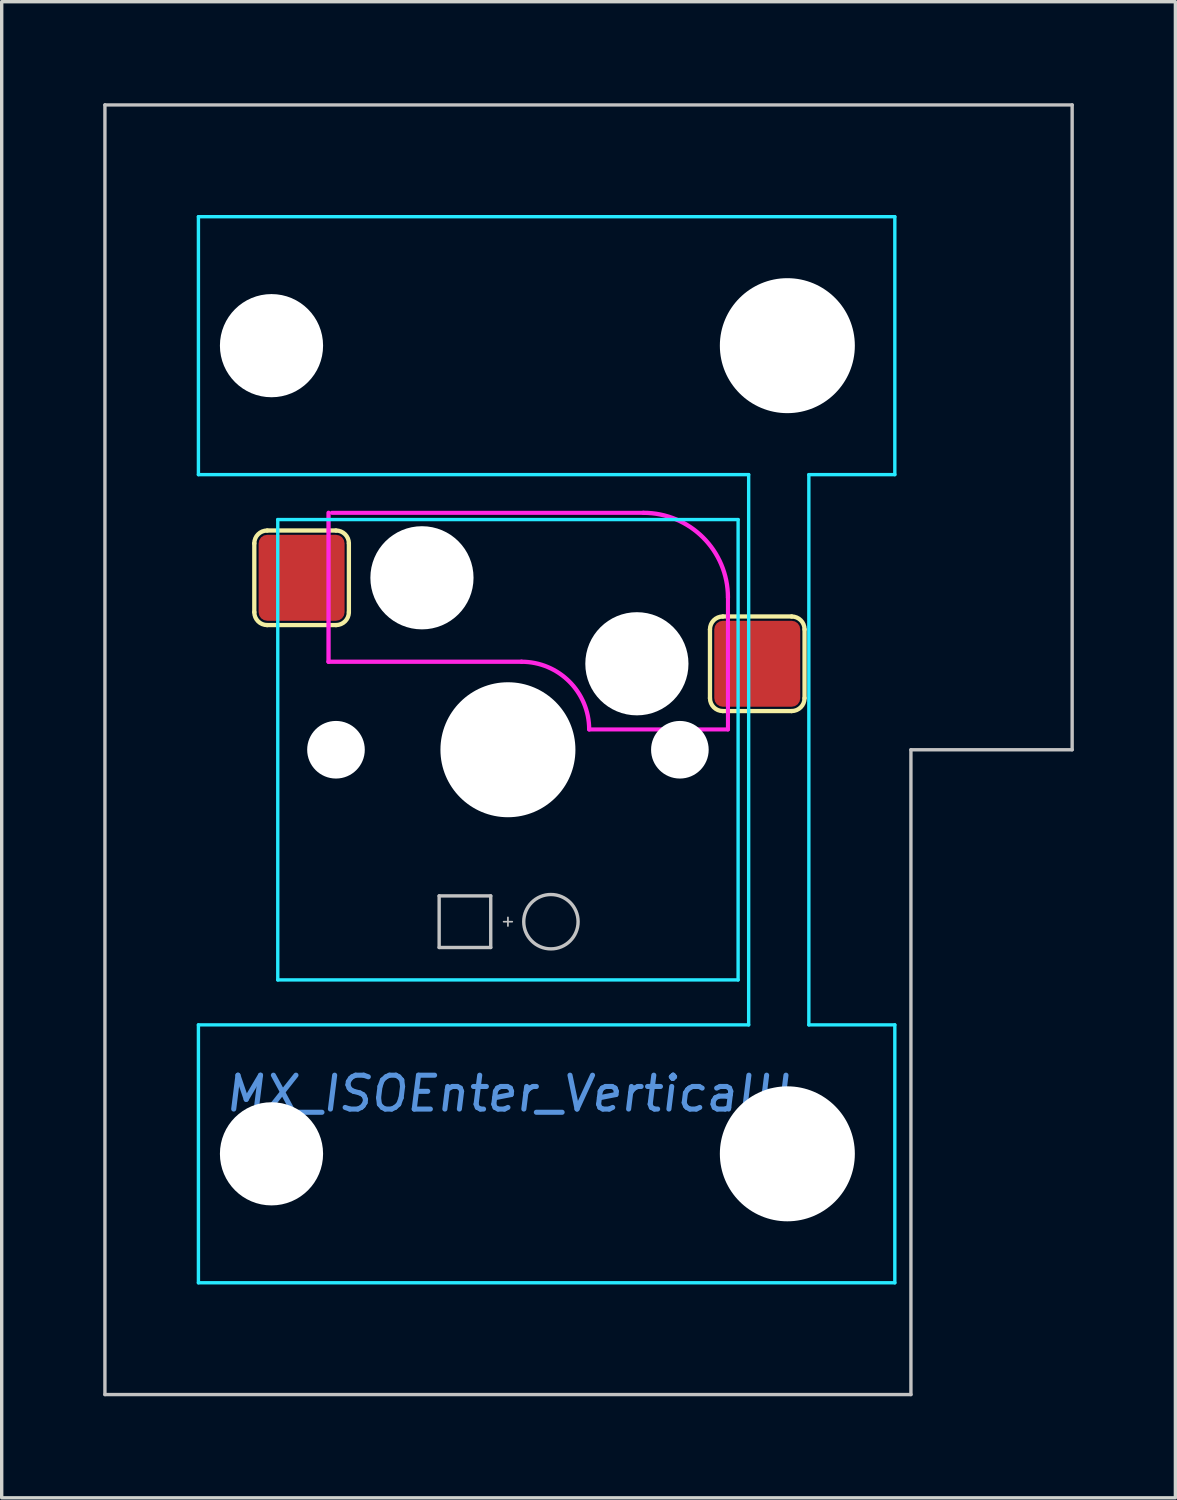
<source format=kicad_pcb>
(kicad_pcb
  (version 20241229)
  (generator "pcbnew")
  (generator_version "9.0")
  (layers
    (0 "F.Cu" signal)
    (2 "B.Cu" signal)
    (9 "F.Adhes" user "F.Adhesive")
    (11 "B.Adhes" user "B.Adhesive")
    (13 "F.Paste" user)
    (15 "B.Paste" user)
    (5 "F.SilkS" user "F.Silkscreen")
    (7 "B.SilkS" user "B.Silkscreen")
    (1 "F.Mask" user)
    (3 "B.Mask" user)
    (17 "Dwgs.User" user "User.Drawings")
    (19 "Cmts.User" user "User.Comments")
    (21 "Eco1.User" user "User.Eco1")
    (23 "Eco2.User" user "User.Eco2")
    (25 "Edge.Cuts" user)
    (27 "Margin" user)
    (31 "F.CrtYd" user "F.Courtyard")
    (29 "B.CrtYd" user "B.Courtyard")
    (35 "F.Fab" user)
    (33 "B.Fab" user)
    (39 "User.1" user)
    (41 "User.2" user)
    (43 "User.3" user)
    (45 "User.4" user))
  (footprint "MX_ISOEnter_VerticalH"
    (layer "F.Cu")
    (at 11.956 19.1)
    (property "Reference" "MX_ISOEnter_VerticalH" (at 0 10.16 0) (layer "Cmts.User") (effects (font (size 1 1) (thickness 0.15) (italic yes))))
    (attr smd)
    (fp_line (start -7.493 -6.096) (end -7.493 -4.064) (stroke (width 0.127) (type solid)) (layer "F.SilkS"))
    (fp_line (start -7.112 -3.683) (end -5.08 -3.683) (stroke (width 0.127) (type solid)) (layer "F.SilkS"))
    (fp_line (start -5.08 -6.477) (end -7.112 -6.477) (stroke (width 0.127) (type solid)) (layer "F.SilkS"))
    (fp_line (start -4.699 -4.064) (end -4.699 -6.096) (stroke (width 0.127) (type solid)) (layer "F.SilkS"))
    (fp_line (start 5.969 -3.556) (end 5.969 -1.524) (stroke (width 0.127) (type solid)) (layer "F.SilkS"))
    (fp_line (start 6.35 -1.143) (end 8.382 -1.143) (stroke (width 0.127) (type solid)) (layer "F.SilkS"))
    (fp_line (start 8.382 -3.937) (end 6.35 -3.937) (stroke (width 0.127) (type solid)) (layer "F.SilkS"))
    (fp_line (start 8.763 -1.524) (end 8.763 -3.556) (stroke (width 0.127) (type solid)) (layer "F.SilkS"))
    (fp_arc (start -7.493 -6.096) (mid -7.381408 -6.365408) (end -7.112 -6.477) (stroke (width 0.127) (type solid)) (layer "F.SilkS"))
    (fp_arc (start -7.112 -3.683) (mid -7.381408 -3.794592) (end -7.493 -4.064) (stroke (width 0.127) (type solid)) (layer "F.SilkS"))
    (fp_arc (start -5.08 -6.477) (mid -4.810592 -6.365408) (end -4.699 -6.096) (stroke (width 0.127) (type solid)) (layer "F.SilkS"))
    (fp_arc (start -4.699 -4.064) (mid -4.810592 -3.794592) (end -5.08 -3.683) (stroke (width 0.127) (type solid)) (layer "F.SilkS"))
    (fp_arc (start 5.969 -3.556) (mid 6.080592 -3.825408) (end 6.35 -3.937) (stroke (width 0.127) (type solid)) (layer "F.SilkS"))
    (fp_arc (start 6.35 -1.143) (mid 6.080592 -1.254592) (end 5.969 -1.524) (stroke (width 0.127) (type solid)) (layer "F.SilkS"))
    (fp_arc (start 8.382 -3.937) (mid 8.651408 -3.825408) (end 8.763 -3.556) (stroke (width 0.127) (type solid)) (layer "F.SilkS"))
    (fp_arc (start 8.763 -1.524) (mid 8.651408 -1.254592) (end 8.382 -1.143) (stroke (width 0.127) (type solid)) (layer "F.SilkS"))
    (fp_line (start -11.906 19.05) (end -11.906 -19.05) (stroke (width 0.1) (type solid)) (layer "Dwgs.User"))
    (fp_line (start -2.032 4.318) (end -2.032 5.842) (stroke (width 0.1) (type solid)) (layer "Dwgs.User"))
    (fp_line (start -2.032 5.842) (end -0.508 5.842) (stroke (width 0.1) (type solid)) (layer "Dwgs.User"))
    (fp_line (start -0.508 4.318) (end -2.032 4.318) (stroke (width 0.1) (type solid)) (layer "Dwgs.User"))
    (fp_line (start -0.508 4.318) (end -0.508 5.842) (stroke (width 0.1) (type solid)) (layer "Dwgs.User"))
    (fp_line (start -0.127 5.08) (end 0.127 5.08) (stroke (width 0.05) (type solid)) (layer "Dwgs.User"))
    (fp_line (start 0 5.207) (end 0 4.953) (stroke (width 0.05) (type solid)) (layer "Dwgs.User"))
    (fp_line (start 11.906 19.05) (end -11.906 19.05) (stroke (width 0.1) (type solid)) (layer "Dwgs.User"))
    (fp_line (start 11.906 19.05) (end 11.906 0) (stroke (width 0.1) (type solid)) (layer "Dwgs.User"))
    (fp_line (start 16.669 -19.05) (end -11.906 -19.05) (stroke (width 0.1) (type solid)) (layer "Dwgs.User"))
    (fp_line (start 16.669 0) (end 11.906 0) (stroke (width 0.1) (type solid)) (layer "Dwgs.User"))
    (fp_line (start 16.669 0) (end 16.669 -19.05) (stroke (width 0.1) (type solid)) (layer "Dwgs.User"))
    (fp_circle (center 1.27 5.08) (end 1.27 5.883) (stroke (width 0.1) (type solid)) (fill no) (layer "Dwgs.User"))
    (fp_line (start -6.985 -6.73) (end -6.985 6.732) (stroke (width 0.1) (type solid)) (layer "Eco1.User"))
    (fp_line (start -6.731 6.986) (end -5.852 6.986) (stroke (width 0.1) (type solid)) (layer "Eco1.User"))
    (fp_line (start -6.537 -15.651) (end -6.537 -9.09) (stroke (width 0.1) (type solid)) (layer "Eco1.User"))
    (fp_line (start -6.537 9.091) (end -6.537 15.652) (stroke (width 0.1) (type solid)) (layer "Eco1.User"))
    (fp_line (start -6.283 -8.836) (end -5.852 -8.836) (stroke (width 0.1) (type solid)) (layer "Eco1.User"))
    (fp_line (start -6.283 15.906) (end -3.423 15.906) (stroke (width 0.1) (type solid)) (layer "Eco1.User"))
    (fp_line (start -5.852 -6.984) (end -6.731 -6.984) (stroke (width 0.1) (type solid)) (layer "Eco1.User"))
    (fp_line (start -5.852 8.837) (end -6.283 8.837) (stroke (width 0.1) (type solid)) (layer "Eco1.User"))
    (fp_line (start -5.598 -8.582) (end -5.598 -7.238) (stroke (width 0.1) (type solid)) (layer "Eco1.User"))
    (fp_line (start -5.598 7.24) (end -5.598 8.583) (stroke (width 0.1) (type solid)) (layer "Eco1.User"))
    (fp_line (start -3.423 -15.905) (end -6.283 -15.905) (stroke (width 0.1) (type solid)) (layer "Eco1.User"))
    (fp_line (start -3.169 -16.492) (end -3.169 -16.159) (stroke (width 0.1) (type solid)) (layer "Eco1.User"))
    (fp_line (start -3.169 16.16) (end -3.169 16.494) (stroke (width 0.1) (type solid)) (layer "Eco1.User"))
    (fp_line (start -2.915 16.748) (end 0.563 16.748) (stroke (width 0.1) (type solid)) (layer "Eco1.User"))
    (fp_line (start -2.087 0.001) (end 2.104 0.001) (stroke (width 0.1) (type solid)) (layer "Eco1.User"))
    (fp_line (start -0.001 -2.158) (end -0.001 2.16) (stroke (width 0.1) (type solid)) (layer "Eco1.User"))
    (fp_line (start 0.563 -16.746) (end -2.915 -16.746) (stroke (width 0.1) (type solid)) (layer "Eco1.User"))
    (fp_line (start 0.817 -16.159) (end 0.817 -16.492) (stroke (width 0.1) (type solid)) (layer "Eco1.User"))
    (fp_line (start 0.817 16.494) (end 0.817 16.16) (stroke (width 0.1) (type solid)) (layer "Eco1.User"))
    (fp_line (start 1.071 15.906) (end 6.177 15.906) (stroke (width 0.1) (type solid)) (layer "Eco1.User"))
    (fp_line (start 5.757 -7.238) (end 5.757 -8.582) (stroke (width 0.1) (type solid)) (layer "Eco1.User"))
    (fp_line (start 5.757 8.583) (end 5.757 7.24) (stroke (width 0.1) (type solid)) (layer "Eco1.User"))
    (fp_line (start 6.011 -8.836) (end 6.289 -8.836) (stroke (width 0.1) (type solid)) (layer "Eco1.User"))
    (fp_line (start 6.011 6.986) (end 6.749 6.986) (stroke (width 0.1) (type solid)) (layer "Eco1.User"))
    (fp_line (start 6.177 -15.905) (end 1.071 -15.905) (stroke (width 0.1) (type solid)) (layer "Eco1.User"))
    (fp_line (start 6.289 8.837) (end 6.011 8.837) (stroke (width 0.1) (type solid)) (layer "Eco1.User"))
    (fp_line (start 6.431 -14.42) (end 6.431 -15.651) (stroke (width 0.1) (type solid)) (layer "Eco1.User"))
    (fp_line (start 6.431 15.652) (end 6.431 14.421) (stroke (width 0.1) (type solid)) (layer "Eco1.User"))
    (fp_line (start 6.543 -9.09) (end 6.543 -10.265) (stroke (width 0.1) (type solid)) (layer "Eco1.User"))
    (fp_line (start 6.543 10.266) (end 6.543 9.091) (stroke (width 0.1) (type solid)) (layer "Eco1.User"))
    (fp_line (start 6.685 14.167) (end 7.805 14.167) (stroke (width 0.1) (type solid)) (layer "Eco1.User"))
    (fp_line (start 6.749 -6.984) (end 6.011 -6.984) (stroke (width 0.1) (type solid)) (layer "Eco1.User"))
    (fp_line (start 6.797 -10.519) (end 7.805 -10.519) (stroke (width 0.1) (type solid)) (layer "Eco1.User"))
    (fp_line (start 7.003 6.732) (end 7.003 -6.73) (stroke (width 0.1) (type solid)) (layer "Eco1.User"))
    (fp_line (start 7.805 -14.166) (end 6.685 -14.166) (stroke (width 0.1) (type solid)) (layer "Eco1.User"))
    (fp_line (start 7.805 10.52) (end 6.797 10.52) (stroke (width 0.1) (type solid)) (layer "Eco1.User"))
    (fp_line (start 8.059 -10.773) (end 8.059 -13.912) (stroke (width 0.1) (type solid)) (layer "Eco1.User"))
    (fp_line (start 8.059 13.913) (end 8.059 10.774) (stroke (width 0.1) (type solid)) (layer "Eco1.User"))
    (fp_arc (start -6.985 -6.730206) (mid -6.910605 -6.909811) (end -6.731 -6.984206) (stroke (width 0.1) (type solid)) (layer "Eco1.User"))
    (fp_arc (start -6.731 6.985812) (mid -6.910605 6.911417) (end -6.985 6.731812) (stroke (width 0.1) (type solid)) (layer "Eco1.User"))
    (fp_arc (start -6.537389 -15.650819) (mid -6.462994 -15.830424) (end -6.283389 -15.904819) (stroke (width 0.1) (type solid)) (layer "Eco1.User"))
    (fp_arc (start -6.537389 9.09126) (mid -6.462994 8.911655) (end -6.283389 8.83726) (stroke (width 0.1) (type solid)) (layer "Eco1.User"))
    (fp_arc (start -6.283389 -8.835655) (mid -6.462994 -8.91005) (end -6.537389 -9.089655) (stroke (width 0.1) (type solid)) (layer "Eco1.User"))
    (fp_arc (start -6.283389 15.906426) (mid -6.462994 15.832031) (end -6.537389 15.652426) (stroke (width 0.1) (type solid)) (layer "Eco1.User"))
    (fp_arc (start -5.851639 -8.835655) (mid -5.672034 -8.76126) (end -5.597639 -8.581655) (stroke (width 0.1) (type solid)) (layer "Eco1.User"))
    (fp_arc (start -5.851639 6.985812) (mid -5.672034 7.060207) (end -5.597639 7.239812) (stroke (width 0.1) (type solid)) (layer "Eco1.User"))
    (fp_arc (start -5.597639 -7.238206) (mid -5.672034 -7.058601) (end -5.851639 -6.984206) (stroke (width 0.1) (type solid)) (layer "Eco1.User"))
    (fp_arc (start -5.597639 8.58326) (mid -5.672034 8.762865) (end -5.851639 8.83726) (stroke (width 0.1) (type solid)) (layer "Eco1.User"))
    (fp_arc (start -3.423367 15.906426) (mid -3.243762 15.980821) (end -3.169367 16.160426) (stroke (width 0.1) (type solid)) (layer "Eco1.User"))
    (fp_arc (start -3.169367 -16.492386) (mid -3.094972 -16.671991) (end -2.915367 -16.746386) (stroke (width 0.1) (type solid)) (layer "Eco1.User"))
    (fp_arc (start -3.169367 -16.158819) (mid -3.243762 -15.979214) (end -3.423367 -15.904819) (stroke (width 0.1) (type solid)) (layer "Eco1.User"))
    (fp_arc (start -2.915367 16.747995) (mid -3.094972 16.6736) (end -3.169367 16.493995) (stroke (width 0.1) (type solid)) (layer "Eco1.User"))
    (fp_arc (start 0.562684 -16.746386) (mid 0.742289 -16.671991) (end 0.816684 -16.492386) (stroke (width 0.1) (type solid)) (layer "Eco1.User"))
    (fp_arc (start 0.816684 16.160426) (mid 0.891079 15.980821) (end 1.070684 15.906426) (stroke (width 0.1) (type solid)) (layer "Eco1.User"))
    (fp_arc (start 0.816684 16.493995) (mid 0.742289 16.6736) (end 0.562684 16.747995) (stroke (width 0.1) (type solid)) (layer "Eco1.User"))
    (fp_arc (start 1.070684 -15.904819) (mid 0.891079 -15.979214) (end 0.816684 -16.158819) (stroke (width 0.1) (type solid)) (layer "Eco1.User"))
    (fp_arc (start 5.757382 -8.581655) (mid 5.831777 -8.76126) (end 6.011382 -8.835655) (stroke (width 0.1) (type solid)) (layer "Eco1.User"))
    (fp_arc (start 5.757382 7.239812) (mid 5.831777 7.060207) (end 6.011382 6.985812) (stroke (width 0.1) (type solid)) (layer "Eco1.User"))
    (fp_arc (start 6.011382 -6.984206) (mid 5.831777 -7.058601) (end 5.757382 -7.238206) (stroke (width 0.1) (type solid)) (layer "Eco1.User"))
    (fp_arc (start 6.011382 8.83726) (mid 5.831777 8.762865) (end 5.757382 8.58326) (stroke (width 0.1) (type solid)) (layer "Eco1.User"))
    (fp_arc (start 6.176634 -15.904819) (mid 6.356239 -15.830424) (end 6.430634 -15.650819) (stroke (width 0.1) (type solid)) (layer "Eco1.User"))
    (fp_arc (start 6.288846 8.83726) (mid 6.468451 8.911655) (end 6.542846 9.09126) (stroke (width 0.1) (type solid)) (layer "Eco1.User"))
    (fp_arc (start 6.430634 14.421189) (mid 6.505029 14.241584) (end 6.684634 14.167189) (stroke (width 0.1) (type solid)) (layer "Eco1.User"))
    (fp_arc (start 6.430634 15.652426) (mid 6.356239 15.832031) (end 6.176634 15.906426) (stroke (width 0.1) (type solid)) (layer "Eco1.User"))
    (fp_arc (start 6.542846 -10.264789) (mid 6.617241 -10.444394) (end 6.796846 -10.518789) (stroke (width 0.1) (type solid)) (layer "Eco1.User"))
    (fp_arc (start 6.542846 -9.089655) (mid 6.468451 -8.91005) (end 6.288846 -8.835655) (stroke (width 0.1) (type solid)) (layer "Eco1.User"))
    (fp_arc (start 6.684634 -14.16558) (mid 6.505029 -14.239975) (end 6.430634 -14.41958) (stroke (width 0.1) (type solid)) (layer "Eco1.User"))
    (fp_arc (start 6.748758 -6.984206) (mid 6.928363 -6.909811) (end 7.002758 -6.730206) (stroke (width 0.1) (type solid)) (layer "Eco1.User"))
    (fp_arc (start 6.796846 10.520399) (mid 6.617241 10.446004) (end 6.542846 10.266399) (stroke (width 0.1) (type solid)) (layer "Eco1.User"))
    (fp_arc (start 7.002758 6.731812) (mid 6.928363 6.911417) (end 6.748758 6.985812) (stroke (width 0.1) (type solid)) (layer "Eco1.User"))
    (fp_arc (start 7.80542 -14.16558) (mid 7.985025 -14.091185) (end 8.05942 -13.91158) (stroke (width 0.1) (type solid)) (layer "Eco1.User"))
    (fp_arc (start 7.80542 10.520399) (mid 7.985025 10.594794) (end 8.05942 10.774399) (stroke (width 0.1) (type solid)) (layer "Eco1.User"))
    (fp_arc (start 8.05942 13.913189) (mid 7.985025 14.092794) (end 7.80542 14.167189) (stroke (width 0.1) (type solid)) (layer "Eco1.User"))
    (fp_circle (center 0 0) (end 0 -1.904) (stroke (width 0.1) (type solid)) (fill no) (layer "Eco1.User"))
    (fp_line (start -9.144 -15.748) (end 11.43 -15.748) (stroke (width 0.1) (type solid)) (layer "B.CrtYd"))
    (fp_line (start -9.144 -8.128) (end -9.144 -15.748) (stroke (width 0.1) (type solid)) (layer "B.CrtYd"))
    (fp_line (start -9.144 -8.128) (end 7.112 -8.128) (stroke (width 0.1) (type solid)) (layer "B.CrtYd"))
    (fp_line (start -9.144 8.128) (end 7.112 8.128) (stroke (width 0.1) (type solid)) (layer "B.CrtYd"))
    (fp_line (start -9.144 15.748) (end -9.144 8.128) (stroke (width 0.1) (type solid)) (layer "B.CrtYd"))
    (fp_line (start -6.8 6.8) (end -6.8 -6.8) (stroke (width 0.1) (type solid)) (layer "B.CrtYd"))
    (fp_line (start 6.8 -6.8) (end -6.8 -6.8) (stroke (width 0.1) (type solid)) (layer "B.CrtYd"))
    (fp_line (start 6.8 6.8) (end -6.8 6.8) (stroke (width 0.1) (type solid)) (layer "B.CrtYd"))
    (fp_line (start 6.8 6.8) (end 6.8 -6.8) (stroke (width 0.1) (type solid)) (layer "B.CrtYd"))
    (fp_line (start 7.112 8.128) (end 7.112 -8.128) (stroke (width 0.1) (type solid)) (layer "B.CrtYd"))
    (fp_line (start 8.89 8.128) (end 8.89 -8.128) (stroke (width 0.1) (type solid)) (layer "B.CrtYd"))
    (fp_line (start 11.43 -15.748) (end 11.43 -8.128) (stroke (width 0.1) (type solid)) (layer "B.CrtYd"))
    (fp_line (start 11.43 -8.128) (end 8.89 -8.128) (stroke (width 0.1) (type solid)) (layer "B.CrtYd"))
    (fp_line (start 11.43 8.128) (end 8.89 8.128) (stroke (width 0.1) (type solid)) (layer "B.CrtYd"))
    (fp_line (start 11.43 8.128) (end 11.43 15.748) (stroke (width 0.1) (type solid)) (layer "B.CrtYd"))
    (fp_line (start 11.43 15.748) (end -9.144 15.748) (stroke (width 0.1) (type solid)) (layer "B.CrtYd"))
    (fp_line (start -5.3 -7) (end -5.3 -2.6) (stroke (width 0.127) (type solid)) (layer "F.CrtYd"))
    (fp_line (start 0.4 -2.6) (end -5.3 -2.6) (stroke (width 0.127) (type solid)) (layer "F.CrtYd"))
    (fp_line (start 4 -7) (end -5.2 -7) (stroke (width 0.12) (type solid)) (layer "F.CrtYd"))
    (fp_line (start 6.5 -4.5) (end 6.5 -0.6) (stroke (width 0.12) (type solid)) (layer "F.CrtYd"))
    (fp_line (start 6.5 -0.6) (end 2.4 -0.6) (stroke (width 0.12) (type solid)) (layer "F.CrtYd"))
    (fp_arc (start 0.4 -2.6) (mid 1.814214 -2.014214) (end 2.4 -0.6) (stroke (width 0.127) (type solid)) (layer "F.CrtYd"))
    (fp_arc (start 4 -7) (mid 5.767767 -6.267767) (end 6.5 -4.5) (stroke (width 0.127) (type solid)) (layer "F.CrtYd"))
    (pad "" np_thru_hole circle (at -6.985 -11.938 90) (size 3.048 3.048) (drill 3.048) (layers "*.Cu" "*.Mask"))
    (pad "" np_thru_hole circle (at -6.985 11.938 90) (size 3.048 3.048) (drill 3.048) (layers "*.Cu" "*.Mask"))
    (pad "" np_thru_hole circle (at -5.08 0 270) (size 1.702 1.702) (drill 1.702) (layers "*.Cu" "*.Mask"))
    (pad "" np_thru_hole circle (at -2.54 -5.08) (size 3.048 3.048) (drill 3.048) (layers "*.Cu" "*.Mask"))
    (pad "" np_thru_hole circle (at 0 0) (size 3.988 3.988) (drill 3.988) (layers "*.Cu" "*.Mask"))
    (pad "" np_thru_hole circle (at 3.81 -2.54) (size 3.048 3.048) (drill 3.048) (layers "*.Cu" "*.Mask"))
    (pad "" np_thru_hole circle (at 5.08 0 270) (size 1.702 1.702) (drill 1.702) (layers "*.Cu" "*.Mask"))
    (pad "" np_thru_hole circle (at 8.255 -11.938 90) (size 3.988 3.988) (drill 3.988) (layers "*.Cu" "*.Mask"))
    (pad "" np_thru_hole circle (at 8.255 11.938 90) (size 3.988 3.988) (drill 3.988) (layers "*.Cu" "*.Mask"))
    (pad "1" smd roundrect (at -6.096 -5.08) (size 2.54 2.54) (layers "F.Cu" "F.Mask") (roundrect_rratio 0.1))
    (pad "2" smd roundrect (at 7.366 -2.54) (size 2.54 2.54) (layers "F.Cu" "F.Mask") (roundrect_rratio 0.1)))
  (gr_rect
    (start -3 -3)
    (end 31.675 41.2)
    (stroke (width 0.1) (type default))
    (fill no)
    (layer "Edge.Cuts")))
</source>
